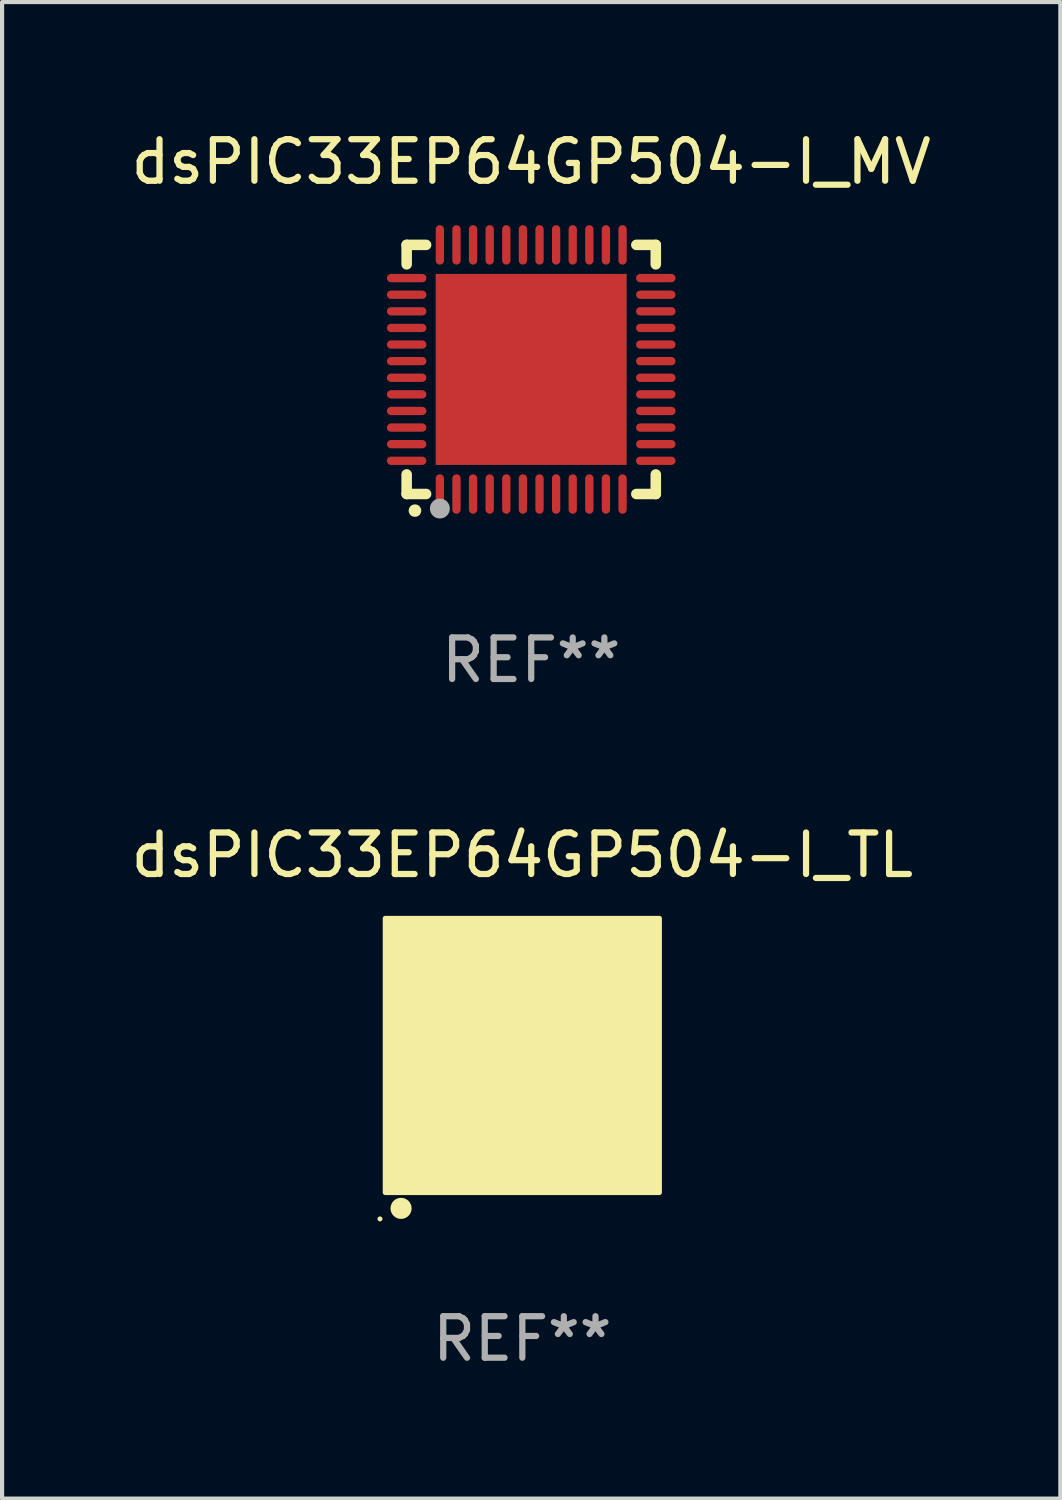
<source format=kicad_pcb>
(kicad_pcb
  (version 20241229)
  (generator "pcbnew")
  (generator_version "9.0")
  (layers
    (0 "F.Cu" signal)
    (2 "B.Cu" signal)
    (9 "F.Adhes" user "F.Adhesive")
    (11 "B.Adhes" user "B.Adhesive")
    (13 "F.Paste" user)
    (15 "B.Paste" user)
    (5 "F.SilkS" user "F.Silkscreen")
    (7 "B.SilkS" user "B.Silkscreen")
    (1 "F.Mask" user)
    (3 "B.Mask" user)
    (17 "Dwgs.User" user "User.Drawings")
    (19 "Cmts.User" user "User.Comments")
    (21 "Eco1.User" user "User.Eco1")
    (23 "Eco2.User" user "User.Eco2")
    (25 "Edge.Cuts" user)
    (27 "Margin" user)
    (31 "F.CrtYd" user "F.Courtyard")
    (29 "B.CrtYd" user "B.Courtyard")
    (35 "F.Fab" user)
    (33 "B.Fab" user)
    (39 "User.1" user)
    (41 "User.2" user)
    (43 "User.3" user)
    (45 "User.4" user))
  (footprint "dsPIC33EP64GP504-I_MV"
    (layer "F.Cu")
    (at 9.744 5.848)
    (property "Reference" "dsPIC33EP64GP504-I_MV" (at 0 -5 0) (layer "F.SilkS") (effects (font (size 1 1) (thickness 0.15))))
    (attr through_hole)
    (fp_line (start -3 -3) (end -2.532 -3) (stroke (width 0.254) (type solid)) (layer "F.SilkS"))
    (fp_line (start -3 -2.532) (end -3 -3) (stroke (width 0.254) (type solid)) (layer "F.SilkS"))
    (fp_line (start -3 3) (end -3 2.529) (stroke (width 0.254) (type solid)) (layer "F.SilkS"))
    (fp_line (start -2.532 3) (end -3 3) (stroke (width 0.254) (type solid)) (layer "F.SilkS"))
    (fp_line (start 2.532 -3) (end 3 -3) (stroke (width 0.254) (type solid)) (layer "F.SilkS"))
    (fp_line (start 3 -3) (end 3 -2.532) (stroke (width 0.254) (type solid)) (layer "F.SilkS"))
    (fp_line (start 3 2.529) (end 3 3) (stroke (width 0.254) (type solid)) (layer "F.SilkS"))
    (fp_line (start 3 3) (end 2.532 3) (stroke (width 0.254) (type solid)) (layer "F.SilkS"))
    (fp_arc (start -2.801295 3.400025) (mid -2.800025 3.40002) (end -2.798755 3.400025) (stroke (width 0.3) (type solid)) (layer "F.SilkS"))
    (fp_circle (center -3 3) (end -2.97 3) (stroke (width 0.06) (type solid)) (fill no) (layer "F.SilkS"))
    (fp_circle (center -2.2 3.35) (end -2.08 3.35) (stroke (width 0.24) (type solid)) (fill no) (layer "F.Fab"))
    (fp_text user "REF**" (at 0 7 0) (layer "F.Fab") (effects (font (size 1 1) (thickness 0.15))))
    (pad "1" smd oval (at -2.2 3) (size 0.2 0.95) (layers "F.Cu" "F.Mask" "F.Paste"))
    (pad "2" smd oval (at -1.8 3) (size 0.2 0.95) (layers "F.Cu" "F.Mask" "F.Paste"))
    (pad "3" smd oval (at -1.4 3) (size 0.2 0.95) (layers "F.Cu" "F.Mask" "F.Paste"))
    (pad "4" smd oval (at -1 3) (size 0.2 0.95) (layers "F.Cu" "F.Mask" "F.Paste"))
    (pad "5" smd oval (at -0.6 3) (size 0.2 0.95) (layers "F.Cu" "F.Mask" "F.Paste"))
    (pad "6" smd oval (at -0.2 3) (size 0.2 0.95) (layers "F.Cu" "F.Mask" "F.Paste"))
    (pad "7" smd oval (at 0.2 3) (size 0.2 0.95) (layers "F.Cu" "F.Mask" "F.Paste"))
    (pad "8" smd oval (at 0.6 3) (size 0.2 0.95) (layers "F.Cu" "F.Mask" "F.Paste"))
    (pad "9" smd oval (at 1 3) (size 0.2 0.95) (layers "F.Cu" "F.Mask" "F.Paste"))
    (pad "10" smd oval (at 1.4 3) (size 0.2 0.95) (layers "F.Cu" "F.Mask" "F.Paste"))
    (pad "11" smd oval (at 1.8 3) (size 0.2 0.95) (layers "F.Cu" "F.Mask" "F.Paste"))
    (pad "12" smd oval (at 2.2 3) (size 0.2 0.95) (layers "F.Cu" "F.Mask" "F.Paste"))
    (pad "13" smd oval (at 3 2.2 90) (size 0.2 0.95) (layers "F.Cu" "F.Mask" "F.Paste"))
    (pad "14" smd oval (at 3 1.8 90) (size 0.2 0.95) (layers "F.Cu" "F.Mask" "F.Paste"))
    (pad "15" smd oval (at 3 1.4 90) (size 0.2 0.95) (layers "F.Cu" "F.Mask" "F.Paste"))
    (pad "16" smd oval (at 3 1 90) (size 0.2 0.95) (layers "F.Cu" "F.Mask" "F.Paste"))
    (pad "17" smd oval (at 3 0.6 90) (size 0.2 0.95) (layers "F.Cu" "F.Mask" "F.Paste"))
    (pad "18" smd oval (at 3 0.2 90) (size 0.2 0.95) (layers "F.Cu" "F.Mask" "F.Paste"))
    (pad "19" smd oval (at 3 -0.2 90) (size 0.2 0.95) (layers "F.Cu" "F.Mask" "F.Paste"))
    (pad "20" smd oval (at 3 -0.6 90) (size 0.2 0.95) (layers "F.Cu" "F.Mask" "F.Paste"))
    (pad "21" smd oval (at 3 -1 90) (size 0.2 0.95) (layers "F.Cu" "F.Mask" "F.Paste"))
    (pad "22" smd oval (at 3 -1.4 90) (size 0.2 0.95) (layers "F.Cu" "F.Mask" "F.Paste"))
    (pad "23" smd oval (at 3 -1.8 90) (size 0.2 0.95) (layers "F.Cu" "F.Mask" "F.Paste"))
    (pad "24" smd oval (at 3 -2.2 90) (size 0.2 0.95) (layers "F.Cu" "F.Mask" "F.Paste"))
    (pad "25" smd oval (at 2.2 -3 180) (size 0.2 0.95) (layers "F.Cu" "F.Mask" "F.Paste"))
    (pad "26" smd oval (at 1.8 -3 180) (size 0.2 0.95) (layers "F.Cu" "F.Mask" "F.Paste"))
    (pad "27" smd oval (at 1.4 -3 180) (size 0.2 0.95) (layers "F.Cu" "F.Mask" "F.Paste"))
    (pad "28" smd oval (at 1 -3 180) (size 0.2 0.95) (layers "F.Cu" "F.Mask" "F.Paste"))
    (pad "29" smd oval (at 0.6 -3 180) (size 0.2 0.95) (layers "F.Cu" "F.Mask" "F.Paste"))
    (pad "30" smd oval (at 0.2 -3 180) (size 0.2 0.95) (layers "F.Cu" "F.Mask" "F.Paste"))
    (pad "31" smd oval (at -0.2 -3 180) (size 0.2 0.95) (layers "F.Cu" "F.Mask" "F.Paste"))
    (pad "32" smd oval (at -0.6 -3 180) (size 0.2 0.95) (layers "F.Cu" "F.Mask" "F.Paste"))
    (pad "33" smd oval (at -1 -3 180) (size 0.2 0.95) (layers "F.Cu" "F.Mask" "F.Paste"))
    (pad "34" smd oval (at -1.4 -3 180) (size 0.2 0.95) (layers "F.Cu" "F.Mask" "F.Paste"))
    (pad "35" smd oval (at -1.8 -3 180) (size 0.2 0.95) (layers "F.Cu" "F.Mask" "F.Paste"))
    (pad "36" smd oval (at -2.2 -3 180) (size 0.2 0.95) (layers "F.Cu" "F.Mask" "F.Paste"))
    (pad "37" smd oval (at -3 -2.2 270) (size 0.2 0.95) (layers "F.Cu" "F.Mask" "F.Paste"))
    (pad "38" smd oval (at -3 -1.8 270) (size 0.2 0.95) (layers "F.Cu" "F.Mask" "F.Paste"))
    (pad "39" smd oval (at -3 -1.4 270) (size 0.2 0.95) (layers "F.Cu" "F.Mask" "F.Paste"))
    (pad "40" smd oval (at -3 -1 270) (size 0.2 0.95) (layers "F.Cu" "F.Mask" "F.Paste"))
    (pad "41" smd oval (at -3 -0.6 270) (size 0.2 0.95) (layers "F.Cu" "F.Mask" "F.Paste"))
    (pad "42" smd oval (at -3 -0.2 270) (size 0.2 0.95) (layers "F.Cu" "F.Mask" "F.Paste"))
    (pad "43" smd oval (at -3 0.2 270) (size 0.2 0.95) (layers "F.Cu" "F.Mask" "F.Paste"))
    (pad "44" smd oval (at -3 0.6 270) (size 0.2 0.95) (layers "F.Cu" "F.Mask" "F.Paste"))
    (pad "45" smd oval (at -3 1 270) (size 0.2 0.95) (layers "F.Cu" "F.Mask" "F.Paste"))
    (pad "46" smd oval (at -3 1.4 270) (size 0.2 0.95) (layers "F.Cu" "F.Mask" "F.Paste"))
    (pad "47" smd oval (at -3 1.8 270) (size 0.2 0.95) (layers "F.Cu" "F.Mask" "F.Paste"))
    (pad "48" smd oval (at -3 2.2 270) (size 0.2 0.95) (layers "F.Cu" "F.Mask" "F.Paste"))
    (pad "49" smd rect (at -0.001 -0.001 180) (size 4.6 4.6) (layers "F.Cu" "F.Mask" "F.Paste")))
  (footprint "dsPIC33EP64GP504-I_TL"
    (layer "F.Cu")
    (at 9.53 22.37)
    (property "Reference" "dsPIC33EP64GP504-I_TL" (at 0 -4.825 0) (layer "F.SilkS") (effects (font (size 1 1) (thickness 0.15))))
    (attr through_hole)
    (fp_circle (center -3.429 3.937) (end -3.399 3.937) (stroke (width 0.06) (type solid)) (fill no) (layer "F.SilkS"))
    (fp_circle (center -2.921 3.683) (end -2.794 3.683) (stroke (width 0.254) (type solid)) (fill no) (layer "F.SilkS"))
    (fp_poly (pts (xy -3.302 -3.302) (xy 3.302 -3.302) (xy 3.302 3.302) (xy -3.302 3.302)) (stroke (width 0.12) (type solid)) (fill yes) (layer "F.SilkS"))
    (fp_text user "REF**" (at 0 6.825 0) (layer "F.Fab") (effects (font (size 1 1) (thickness 0.15))))
    (pad "1" smd rect (at -2.25 2.825) (size 0.3 0.45) (layers "F.Cu" "F.Mask" "F.Paste"))
    (pad "2" smd rect (at -1.75 2.825) (size 0.3 0.45) (layers "F.Cu" "F.Mask" "F.Paste"))
    (pad "3" smd rect (at -1.25 2.825) (size 0.3 0.45) (layers "F.Cu" "F.Mask" "F.Paste"))
    (pad "4" smd rect (at -0.75 2.825) (size 0.3 0.45) (layers "F.Cu" "F.Mask" "F.Paste"))
    (pad "5" smd rect (at -0.25 2.825) (size 0.3 0.45) (layers "F.Cu" "F.Mask" "F.Paste"))
    (pad "6" smd rect (at 0.25 2.825) (size 0.3 0.45) (layers "F.Cu" "F.Mask" "F.Paste"))
    (pad "7" smd rect (at 0.75 2.825) (size 0.3 0.45) (layers "F.Cu" "F.Mask" "F.Paste"))
    (pad "8" smd rect (at 1.25 2.825) (size 0.3 0.45) (layers "F.Cu" "F.Mask" "F.Paste"))
    (pad "9" smd rect (at 1.75 2.825) (size 0.3 0.45) (layers "F.Cu" "F.Mask" "F.Paste"))
    (pad "10" smd rect (at 2.25 2.825) (size 0.3 0.45) (layers "F.Cu" "F.Mask" "F.Paste"))
    (pad "11" smd rect (at 2.825 2.825 90) (size 0.45 0.45) (layers "F.Cu" "F.Mask" "F.Paste"))
    (pad "12" smd rect (at 2.825 2.25 90) (size 0.3 0.45) (layers "F.Cu" "F.Mask" "F.Paste"))
    (pad "13" smd rect (at 2.825 1.75 90) (size 0.3 0.45) (layers "F.Cu" "F.Mask" "F.Paste"))
    (pad "14" smd rect (at 2.825 1.25 90) (size 0.3 0.45) (layers "F.Cu" "F.Mask" "F.Paste"))
    (pad "15" smd rect (at 2.825 0.75 90) (size 0.3 0.45) (layers "F.Cu" "F.Mask" "F.Paste"))
    (pad "16" smd rect (at 2.825 0.25 90) (size 0.3 0.45) (layers "F.Cu" "F.Mask" "F.Paste"))
    (pad "17" smd rect (at 2.825 -0.25 90) (size 0.3 0.45) (layers "F.Cu" "F.Mask" "F.Paste"))
    (pad "18" smd rect (at 2.825 -0.75 90) (size 0.3 0.45) (layers "F.Cu" "F.Mask" "F.Paste"))
    (pad "19" smd rect (at 2.825 -1.25 90) (size 0.3 0.45) (layers "F.Cu" "F.Mask" "F.Paste"))
    (pad "20" smd rect (at 2.825 -1.75 90) (size 0.3 0.45) (layers "F.Cu" "F.Mask" "F.Paste"))
    (pad "21" smd rect (at 2.825 -2.25 90) (size 0.3 0.45) (layers "F.Cu" "F.Mask" "F.Paste"))
    (pad "22" smd rect (at 2.825 -2.825 90) (size 0.45 0.45) (layers "F.Cu" "F.Mask" "F.Paste"))
    (pad "23" smd rect (at 2.25 -2.825) (size 0.3 0.45) (layers "F.Cu" "F.Mask" "F.Paste"))
    (pad "24" smd rect (at 1.75 -2.825) (size 0.3 0.45) (layers "F.Cu" "F.Mask" "F.Paste"))
    (pad "25" smd rect (at 1.25 -2.825) (size 0.3 0.45) (layers "F.Cu" "F.Mask" "F.Paste"))
    (pad "26" smd rect (at 0.75 -2.825) (size 0.3 0.45) (layers "F.Cu" "F.Mask" "F.Paste"))
    (pad "27" smd rect (at 0.25 -2.825) (size 0.3 0.45) (layers "F.Cu" "F.Mask" "F.Paste"))
    (pad "28" smd rect (at -0.25 -2.825) (size 0.3 0.45) (layers "F.Cu" "F.Mask" "F.Paste"))
    (pad "29" smd rect (at -0.75 -2.825) (size 0.3 0.45) (layers "F.Cu" "F.Mask" "F.Paste"))
    (pad "30" smd rect (at -1.25 -2.825) (size 0.3 0.45) (layers "F.Cu" "F.Mask" "F.Paste"))
    (pad "31" smd rect (at -1.75 -2.825) (size 0.3 0.45) (layers "F.Cu" "F.Mask" "F.Paste"))
    (pad "32" smd rect (at -2.25 -2.825) (size 0.3 0.45) (layers "F.Cu" "F.Mask" "F.Paste"))
    (pad "33" smd rect (at -2.825 -2.825 90) (size 0.45 0.45) (layers "F.Cu" "F.Mask" "F.Paste"))
    (pad "34" smd rect (at -2.825 -2.25 90) (size 0.3 0.45) (layers "F.Cu" "F.Mask" "F.Paste"))
    (pad "35" smd rect (at -2.825 -1.75 90) (size 0.3 0.45) (layers "F.Cu" "F.Mask" "F.Paste"))
    (pad "36" smd rect (at -2.825 -1.25 90) (size 0.3 0.45) (layers "F.Cu" "F.Mask" "F.Paste"))
    (pad "37" smd rect (at -2.825 -0.75 90) (size 0.3 0.45) (layers "F.Cu" "F.Mask" "F.Paste"))
    (pad "38" smd rect (at -2.825 -0.25 90) (size 0.3 0.45) (layers "F.Cu" "F.Mask" "F.Paste"))
    (pad "39" smd rect (at -2.825 0.25 90) (size 0.3 0.45) (layers "F.Cu" "F.Mask" "F.Paste"))
    (pad "40" smd rect (at -2.825 0.75 90) (size 0.3 0.45) (layers "F.Cu" "F.Mask" "F.Paste"))
    (pad "41" smd rect (at -2.825 1.25 90) (size 0.3 0.45) (layers "F.Cu" "F.Mask" "F.Paste"))
    (pad "42" smd rect (at -2.825 1.75 90) (size 0.3 0.45) (layers "F.Cu" "F.Mask" "F.Paste"))
    (pad "43" smd rect (at -2.825 2.25 90) (size 0.3 0.45) (layers "F.Cu" "F.Mask" "F.Paste"))
    (pad "44" smd rect (at -2.825 2.825 90) (size 0.45 0.45) (layers "F.Cu" "F.Mask" "F.Paste"))
    (pad "45" smd rect (at 0 0 90) (size 4.6 4.6) (layers "F.Cu" "F.Mask" "F.Paste")))
  (gr_rect
    (start -3 -3)
    (end 22.488 33.043)
    (stroke (width 0.1) (type default))
    (fill no)
    (layer "Edge.Cuts")))
</source>
